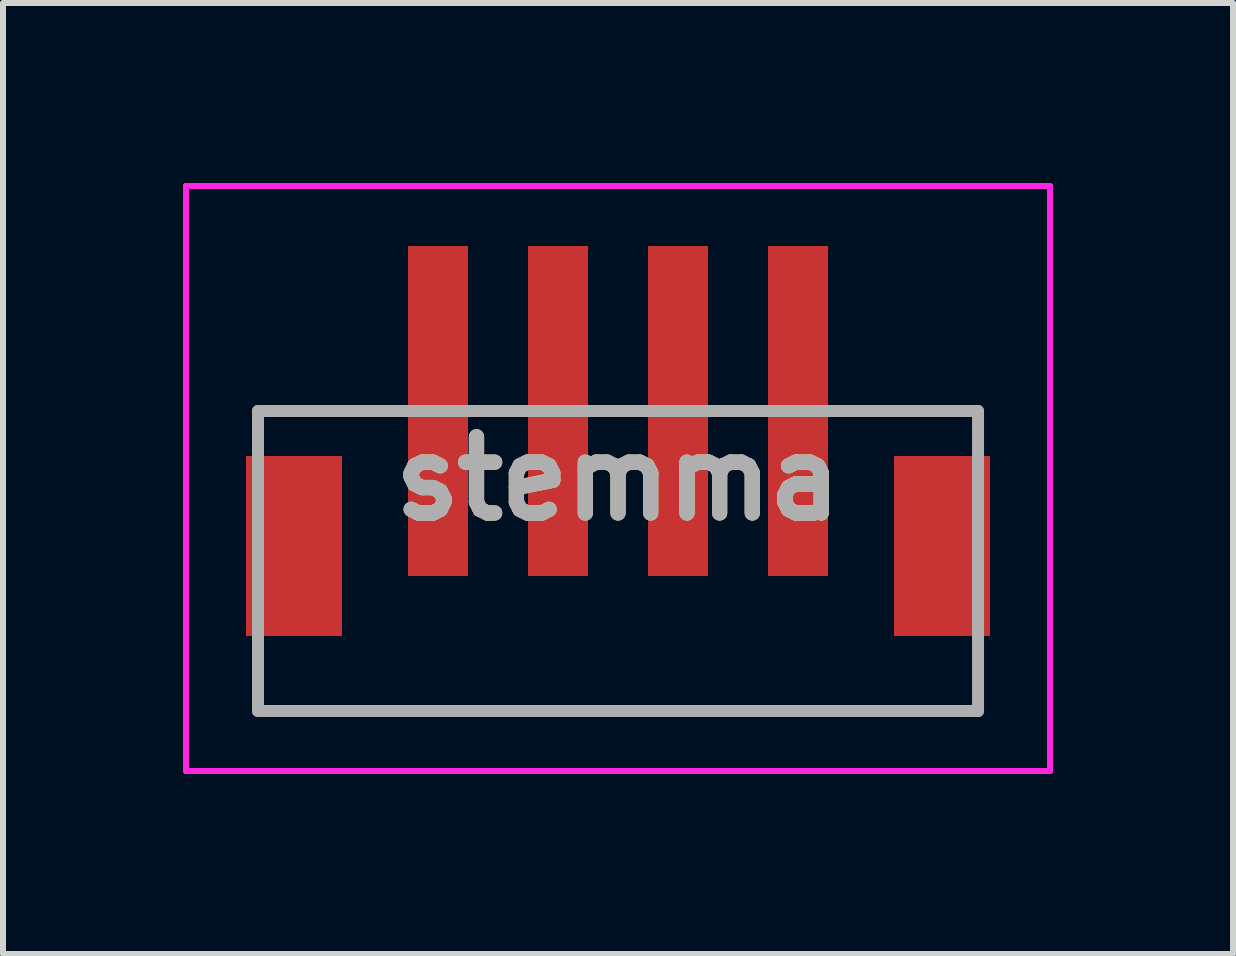
<source format=kicad_pcb>
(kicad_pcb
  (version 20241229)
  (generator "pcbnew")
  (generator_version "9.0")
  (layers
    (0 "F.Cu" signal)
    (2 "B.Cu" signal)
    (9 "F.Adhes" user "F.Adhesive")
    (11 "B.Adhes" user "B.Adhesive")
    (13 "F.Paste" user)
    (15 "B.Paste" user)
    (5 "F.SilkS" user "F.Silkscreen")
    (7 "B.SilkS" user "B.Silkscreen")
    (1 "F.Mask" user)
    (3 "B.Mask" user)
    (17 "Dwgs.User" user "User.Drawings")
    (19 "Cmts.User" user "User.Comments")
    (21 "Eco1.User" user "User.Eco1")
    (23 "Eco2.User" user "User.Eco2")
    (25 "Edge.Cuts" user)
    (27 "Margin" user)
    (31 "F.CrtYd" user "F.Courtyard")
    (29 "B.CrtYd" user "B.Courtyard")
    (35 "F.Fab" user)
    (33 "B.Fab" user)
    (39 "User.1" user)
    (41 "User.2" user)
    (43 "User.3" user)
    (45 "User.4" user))
  (footprint "stemma"
    (layer "F.Cu")
    (at 7.25 7.3)
    (property "Reference" "stemma" (at 0 -2.375 0) (layer "F.SilkS") (effects (font (size 1.27 1.27) (thickness 0.254))))
    (attr smd)
    (fp_line (start 6 1.5) (end -6 1.5) (stroke (width 0.1) (type solid)) (layer "F.SilkS"))
    (fp_line (start -7.2 -7.25) (end -7.2 2.5) (stroke (width 0.1) (type solid)) (layer "F.CrtYd"))
    (fp_line (start -7.2 2.5) (end 7.2 2.5) (stroke (width 0.1) (type solid)) (layer "F.CrtYd"))
    (fp_line (start 7.2 -7.25) (end -7.2 -7.25) (stroke (width 0.1) (type solid)) (layer "F.CrtYd"))
    (fp_line (start 7.2 2.5) (end 7.2 -7.25) (stroke (width 0.1) (type solid)) (layer "F.CrtYd"))
    (fp_line (start -6 -3.5) (end -6 1.5) (stroke (width 0.2) (type solid)) (layer "F.Fab"))
    (fp_line (start -6 1.5) (end 6 1.5) (stroke (width 0.2) (type solid)) (layer "F.Fab"))
    (fp_line (start 6 -3.5) (end -6 -3.5) (stroke (width 0.2) (type solid)) (layer "F.Fab"))
    (fp_line (start 6 1.5) (end 6 -3.5) (stroke (width 0.2) (type solid)) (layer "F.Fab"))
    (fp_text user "${REFERENCE}" (at 0 -2.375 0) (layer "F.Fab") (effects (font (size 1.27 1.27) (thickness 0.254))))
    (pad "1" smd rect (at 3 -3.5) (size 1 5.5) (layers "F.Cu" "F.Mask" "F.Paste"))
    (pad "2" smd rect (at 1 -3.5) (size 1 5.5) (layers "F.Cu" "F.Mask" "F.Paste"))
    (pad "3" smd rect (at -1 -3.5) (size 1 5.5) (layers "F.Cu" "F.Mask" "F.Paste"))
    (pad "4" smd rect (at -3 -3.5) (size 1 5.5) (layers "F.Cu" "F.Mask" "F.Paste"))
    (pad "MP1" smd rect (at 5.4 -1.25) (size 1.6 3) (layers "F.Cu" "F.Mask" "F.Paste"))
    (pad "MP2" smd rect (at -5.4 -1.25) (size 1.6 3) (layers "F.Cu" "F.Mask" "F.Paste")))
  (gr_rect
    (start -3 -3)
    (end 17.5 12.85)
    (stroke (width 0.1) (type default))
    (fill no)
    (layer "Edge.Cuts")))
</source>
